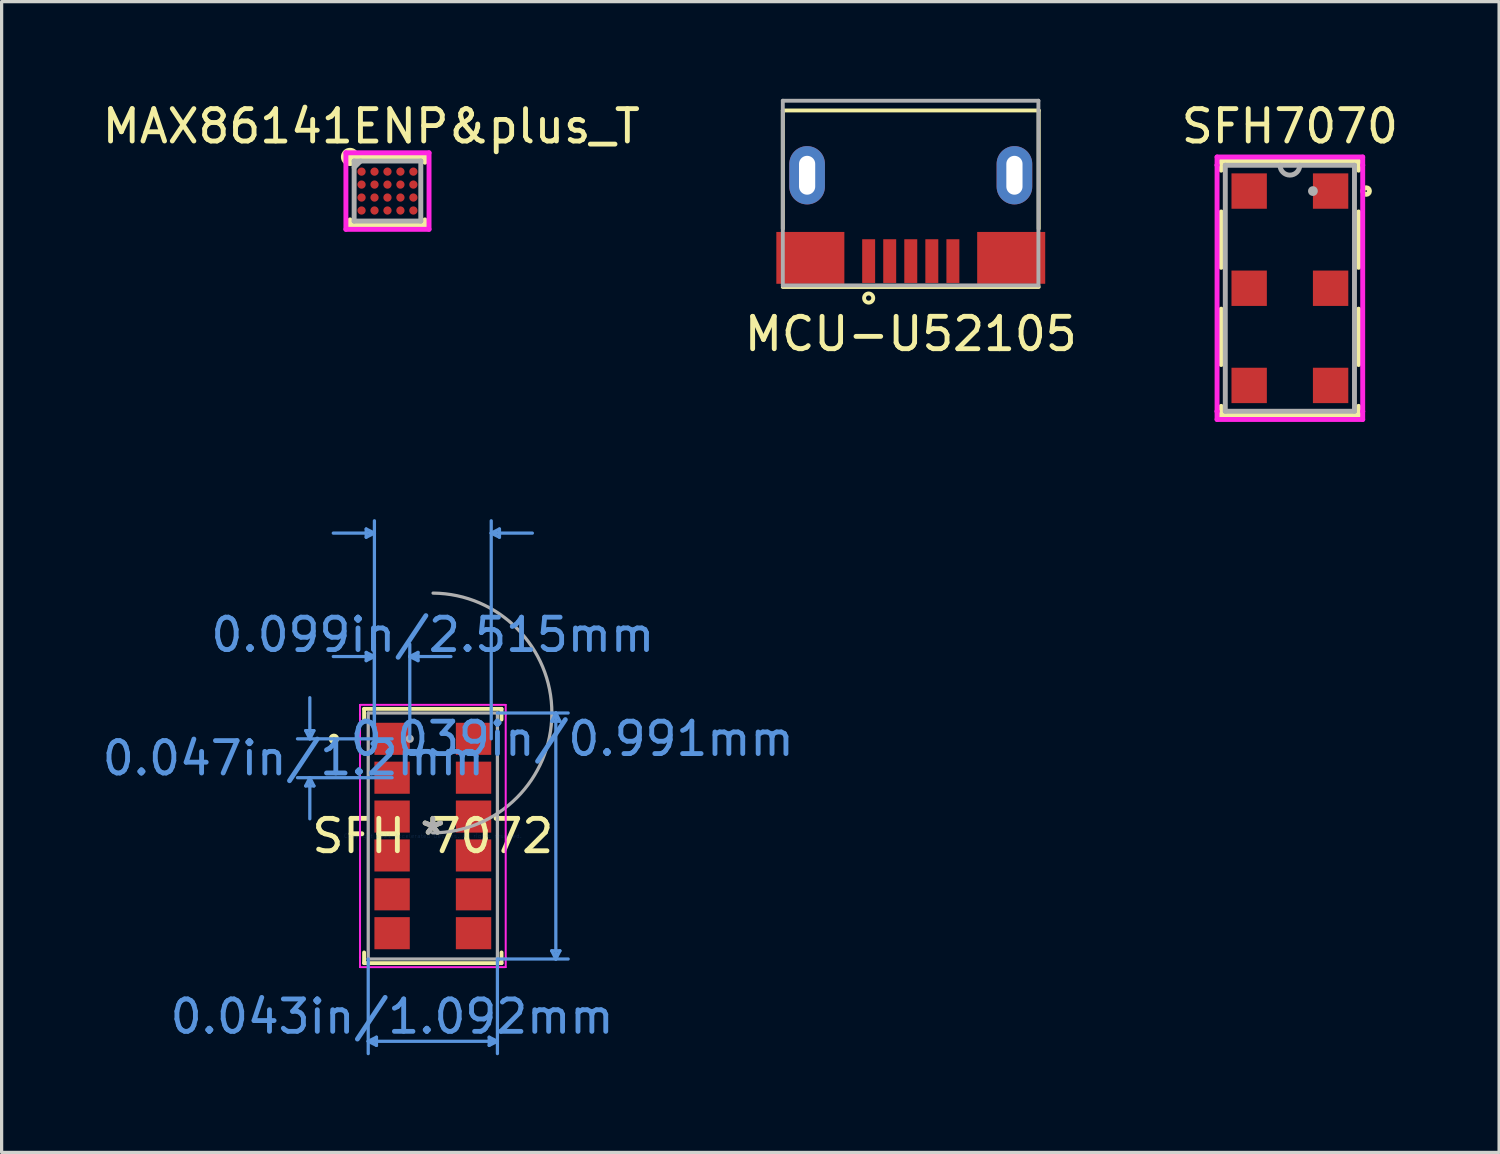
<source format=kicad_pcb>
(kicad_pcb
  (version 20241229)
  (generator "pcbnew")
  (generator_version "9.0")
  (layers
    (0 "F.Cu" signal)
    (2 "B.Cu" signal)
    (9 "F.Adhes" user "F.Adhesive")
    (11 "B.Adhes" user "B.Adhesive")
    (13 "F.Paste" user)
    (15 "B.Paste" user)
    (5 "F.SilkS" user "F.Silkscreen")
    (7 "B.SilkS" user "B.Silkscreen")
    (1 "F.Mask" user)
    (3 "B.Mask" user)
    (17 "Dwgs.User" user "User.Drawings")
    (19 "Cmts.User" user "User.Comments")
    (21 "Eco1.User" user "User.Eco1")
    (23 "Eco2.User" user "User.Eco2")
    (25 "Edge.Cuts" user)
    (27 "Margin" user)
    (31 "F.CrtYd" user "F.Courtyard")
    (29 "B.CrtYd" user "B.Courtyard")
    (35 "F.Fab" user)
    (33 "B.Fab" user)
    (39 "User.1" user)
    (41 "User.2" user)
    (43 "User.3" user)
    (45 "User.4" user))
  (footprint "MAX86141ENP&plus_T"
    (layer "F.Cu")
    (at 8.911 2.848)
    (property "Reference" "MAX86141ENP&plus_T" (at -0.5 -2 0) (layer "F.SilkS") (effects (font (size 1 1) (thickness 0.15))))
    (attr through_hole)
    (fp_line (start -1.156 -1.054) (end -1.156 -0.891) (stroke (width 0.152) (type solid)) (layer "F.SilkS"))
    (fp_line (start -1.156 0.891) (end -1.156 1.054) (stroke (width 0.152) (type solid)) (layer "F.SilkS"))
    (fp_line (start -1.156 1.054) (end 1.156 1.054) (stroke (width 0.152) (type solid)) (layer "F.SilkS"))
    (fp_line (start 1.156 -1.054) (end -1.156 -1.054) (stroke (width 0.152) (type solid)) (layer "F.SilkS"))
    (fp_line (start 1.156 -0.891) (end 1.156 -1.054) (stroke (width 0.152) (type solid)) (layer "F.SilkS"))
    (fp_line (start 1.156 1.054) (end 1.156 0.891) (stroke (width 0.152) (type solid)) (layer "F.SilkS"))
    (fp_circle (center -1.156 -1.054) (end -0.95 -1.05) (stroke (width 0.15) (type solid)) (fill no) (layer "F.SilkS"))
    (fp_line (start -1.283 -1.181) (end 1.283 -1.181) (stroke (width 0.152) (type solid)) (layer "F.CrtYd"))
    (fp_line (start -1.283 1.181) (end -1.283 -1.181) (stroke (width 0.152) (type solid)) (layer "F.CrtYd"))
    (fp_line (start 1.283 -1.181) (end 1.283 1.181) (stroke (width 0.152) (type solid)) (layer "F.CrtYd"))
    (fp_line (start 1.283 1.181) (end -1.283 1.181) (stroke (width 0.152) (type solid)) (layer "F.CrtYd"))
    (fp_line (start -1.029 -0.927) (end -1.029 0.927) (stroke (width 0.152) (type solid)) (layer "F.Fab"))
    (fp_line (start -1.029 0.927) (end 1.029 0.927) (stroke (width 0.152) (type solid)) (layer "F.Fab"))
    (fp_line (start -0.829 -0.927) (end -1.029 -0.727) (stroke (width 0.152) (type solid)) (layer "F.Fab"))
    (fp_line (start 1.029 -0.927) (end -1.029 -0.927) (stroke (width 0.152) (type solid)) (layer "F.Fab"))
    (fp_line (start 1.029 0.927) (end 1.029 -0.927) (stroke (width 0.152) (type solid)) (layer "F.Fab"))
    (pad "A1" smd circle (at -0.8 -0.6) (size 0.254 0.254) (layers "F.Cu" "F.Mask" "F.Paste"))
    (pad "A2" smd circle (at -0.4 -0.6) (size 0.254 0.254) (layers "F.Cu" "F.Mask" "F.Paste"))
    (pad "A3" smd circle (at 0 -0.6) (size 0.254 0.254) (layers "F.Cu" "F.Mask" "F.Paste"))
    (pad "A4" smd circle (at 0.4 -0.6) (size 0.254 0.254) (layers "F.Cu" "F.Mask" "F.Paste"))
    (pad "A5" smd circle (at 0.8 -0.6) (size 0.254 0.254) (layers "F.Cu" "F.Mask" "F.Paste"))
    (pad "B1" smd circle (at -0.8 -0.2) (size 0.254 0.254) (layers "F.Cu" "F.Mask" "F.Paste"))
    (pad "B2" smd circle (at -0.4 -0.2) (size 0.254 0.254) (layers "F.Cu" "F.Mask" "F.Paste"))
    (pad "B3" smd circle (at 0 -0.2) (size 0.254 0.254) (layers "F.Cu" "F.Mask" "F.Paste"))
    (pad "B4" smd circle (at 0.4 -0.2) (size 0.254 0.254) (layers "F.Cu" "F.Mask" "F.Paste"))
    (pad "B5" smd circle (at 0.8 -0.2) (size 0.254 0.254) (layers "F.Cu" "F.Mask" "F.Paste"))
    (pad "C1" smd circle (at -0.8 0.2) (size 0.254 0.254) (layers "F.Cu" "F.Mask" "F.Paste"))
    (pad "C2" smd circle (at -0.4 0.2) (size 0.254 0.254) (layers "F.Cu" "F.Mask" "F.Paste"))
    (pad "C3" smd circle (at 0 0.2) (size 0.254 0.254) (layers "F.Cu" "F.Mask" "F.Paste"))
    (pad "C4" smd circle (at 0.4 0.2) (size 0.254 0.254) (layers "F.Cu" "F.Mask" "F.Paste"))
    (pad "C5" smd circle (at 0.8 0.2) (size 0.254 0.254) (layers "F.Cu" "F.Mask" "F.Paste"))
    (pad "D1" smd circle (at -0.8 0.6) (size 0.254 0.254) (layers "F.Cu" "F.Mask" "F.Paste"))
    (pad "D2" smd circle (at -0.4 0.6) (size 0.254 0.254) (layers "F.Cu" "F.Mask" "F.Paste"))
    (pad "D3" smd circle (at 0 0.6) (size 0.254 0.254) (layers "F.Cu" "F.Mask" "F.Paste"))
    (pad "D4" smd circle (at 0.4 0.6) (size 0.254 0.254) (layers "F.Cu" "F.Mask" "F.Paste"))
    (pad "D5" smd circle (at 0.8 0.6) (size 0.254 0.254) (layers "F.Cu" "F.Mask" "F.Paste")))
  (footprint "MCU-U52105"
    (layer "F.Cu")
    (at 25.065 2.36)
    (property "Reference" "MCU-U52105" (at 0 4.9 0) (layer "F.SilkS") (effects (font (size 1 1) (thickness 0.15))))
    (attr through_hole)
    (fp_line (start -3.95 -2) (end -3.95 1.65) (stroke (width 0.12) (type solid)) (layer "F.SilkS"))
    (fp_line (start -3.95 -2) (end 3.95 -2) (stroke (width 0.12) (type solid)) (layer "F.SilkS"))
    (fp_line (start -3.95 3.45) (end 3.95 3.45) (stroke (width 0.12) (type solid)) (layer "F.SilkS"))
    (fp_line (start 3.95 -2) (end 3.95 1.65) (stroke (width 0.12) (type solid)) (layer "F.SilkS"))
    (fp_circle (center -1.3 3.791) (end -1.4 3.891) (stroke (width 0.12) (type solid)) (fill no) (layer "F.SilkS"))
    (fp_line (start -3.95 -2.3) (end -3.95 3.4) (stroke (width 0.12) (type solid)) (layer "F.Fab"))
    (fp_line (start -3.95 3.4) (end 3.94 3.4) (stroke (width 0.12) (type solid)) (layer "F.Fab"))
    (fp_line (start 3.94 -2.3) (end -3.95 -2.3) (stroke (width 0.12) (type solid)) (layer "F.Fab"))
    (fp_line (start 3.94 3.4) (end 3.94 -2.3) (stroke (width 0.12) (type solid)) (layer "F.Fab"))
    (pad "1" smd rect (at -1.3 2.65) (size 0.4 1.35) (layers "F.Cu" "F.Mask" "F.Paste"))
    (pad "2" smd rect (at -0.65 2.65) (size 0.4 1.35) (layers "F.Cu" "F.Mask" "F.Paste"))
    (pad "3" smd rect (at 0 2.65) (size 0.4 1.35) (layers "F.Cu" "F.Mask" "F.Paste"))
    (pad "4" smd rect (at 0.65 2.65) (size 0.4 1.35) (layers "F.Cu" "F.Mask" "F.Paste"))
    (pad "5" smd rect (at 1.3 2.65) (size 0.4 1.35) (layers "F.Cu" "F.Mask" "F.Paste"))
    (pad "PD" thru_hole oval (at -3.2 0) (size 1.1 1.8) (drill oval 0.5 1.2) (layers "*.Cu" "*.Mask"))
    (pad "PD" smd rect (at -3.1 2.55) (size 2.1 1.6) (layers "F.Cu" "F.Mask" "F.Paste"))
    (pad "PD" smd rect (at 3.1 2.55) (size 2.1 1.6) (layers "F.Cu" "F.Mask" "F.Paste"))
    (pad "PD" thru_hole oval (at 3.2 0) (size 1.1 1.8) (drill oval 0.5 1.2) (layers "*.Cu" "*.Mask")))
  (footprint "SFH7070"
    (layer "F.Cu")
    (at 36.768 5.848)
    (property "Reference" "SFH7070" (at 0 -5 0) (layer "F.SilkS") (effects (font (size 1 1) (thickness 0.15))))
    (attr through_hole)
    (fp_line (start -2.121 -3.924) (end -2.121 -3.646) (stroke (width 0.152) (type solid)) (layer "F.SilkS"))
    (fp_line (start -2.121 -2.354) (end -2.121 -0.646) (stroke (width 0.152) (type solid)) (layer "F.SilkS"))
    (fp_line (start -2.121 0.646) (end -2.121 2.354) (stroke (width 0.152) (type solid)) (layer "F.SilkS"))
    (fp_line (start -2.121 3.646) (end -2.121 3.924) (stroke (width 0.152) (type solid)) (layer "F.SilkS"))
    (fp_line (start -2.121 3.924) (end 2.121 3.924) (stroke (width 0.152) (type solid)) (layer "F.SilkS"))
    (fp_line (start 2.121 -3.924) (end -2.121 -3.924) (stroke (width 0.152) (type solid)) (layer "F.SilkS"))
    (fp_line (start 2.121 -3.646) (end 2.121 -3.924) (stroke (width 0.152) (type solid)) (layer "F.SilkS"))
    (fp_line (start 2.121 -0.646) (end 2.121 -2.354) (stroke (width 0.152) (type solid)) (layer "F.SilkS"))
    (fp_line (start 2.121 2.354) (end 2.121 0.646) (stroke (width 0.152) (type solid)) (layer "F.SilkS"))
    (fp_line (start 2.121 3.924) (end 2.121 3.646) (stroke (width 0.152) (type solid)) (layer "F.SilkS"))
    (fp_circle (center 2.354 -3) (end 2.456 -3) (stroke (width 0.152) (type solid)) (fill no) (layer "F.SilkS"))
    (fp_line (start -2.248 -4.051) (end 2.248 -4.051) (stroke (width 0.152) (type solid)) (layer "F.CrtYd"))
    (fp_line (start -2.248 -3.8) (end -2.248 -4.051) (stroke (width 0.152) (type solid)) (layer "F.CrtYd"))
    (fp_line (start -2.248 -3.8) (end -2.248 -3.8) (stroke (width 0.152) (type solid)) (layer "F.CrtYd"))
    (fp_line (start -2.248 3.8) (end -2.248 -3.8) (stroke (width 0.152) (type solid)) (layer "F.CrtYd"))
    (fp_line (start -2.248 3.8) (end -2.248 3.8) (stroke (width 0.152) (type solid)) (layer "F.CrtYd"))
    (fp_line (start -2.248 4.051) (end -2.248 3.8) (stroke (width 0.152) (type solid)) (layer "F.CrtYd"))
    (fp_line (start 2.248 -4.051) (end 2.248 -3.8) (stroke (width 0.152) (type solid)) (layer "F.CrtYd"))
    (fp_line (start 2.248 -3.8) (end 2.248 -3.8) (stroke (width 0.152) (type solid)) (layer "F.CrtYd"))
    (fp_line (start 2.248 -3.8) (end 2.248 3.8) (stroke (width 0.152) (type solid)) (layer "F.CrtYd"))
    (fp_line (start 2.248 3.8) (end 2.248 3.8) (stroke (width 0.152) (type solid)) (layer "F.CrtYd"))
    (fp_line (start 2.248 3.8) (end 2.248 4.051) (stroke (width 0.152) (type solid)) (layer "F.CrtYd"))
    (fp_line (start 2.248 4.051) (end -2.248 4.051) (stroke (width 0.152) (type solid)) (layer "F.CrtYd"))
    (fp_line (start -1.994 -3.797) (end -1.994 3.797) (stroke (width 0.152) (type solid)) (layer "F.Fab"))
    (fp_line (start -1.994 3.797) (end 1.994 3.797) (stroke (width 0.152) (type solid)) (layer "F.Fab"))
    (fp_line (start 1.994 -3.797) (end -1.994 -3.797) (stroke (width 0.152) (type solid)) (layer "F.Fab"))
    (fp_line (start 1.994 3.797) (end 1.994 -3.797) (stroke (width 0.152) (type solid)) (layer "F.Fab"))
    (fp_arc (start 0.3048 -3.7973) (mid 0 -3.4925) (end -0.3048 -3.7973) (stroke (width 0.1524) (type solid)) (layer "F.Fab"))
    (fp_circle (center 0.711 -3) (end 0.787 -3) (stroke (width 0.152) (type solid)) (fill no) (layer "F.Fab"))
    (pad "1" smd rect (at 1.257 -3) (size 1.092 1.092) (layers "F.Cu" "F.Mask" "F.Paste"))
    (pad "2" smd rect (at 1.257 0) (size 1.092 1.092) (layers "F.Cu" "F.Mask" "F.Paste"))
    (pad "3" smd rect (at 1.257 3) (size 1.092 1.092) (layers "F.Cu" "F.Mask" "F.Paste"))
    (pad "4" smd rect (at -1.257 3) (size 1.092 1.092) (layers "F.Cu" "F.Mask" "F.Paste"))
    (pad "5" smd rect (at -1.257 0) (size 1.092 1.092) (layers "F.Cu" "F.Mask" "F.Paste"))
    (pad "6" smd rect (at -1.257 -3) (size 1.092 1.092) (layers "F.Cu" "F.Mask" "F.Paste")))
  (footprint "SFH 7072"
    (layer "F.Cu")
    (at 10.311 22.757)
    (property "Reference" "SFH 7072" (at 0 0 0) (layer "F.SilkS") (effects (font (size 1 1) (thickness 0.15))))
    (attr through_hole)
    (fp_line (start -2.121 -3.924) (end -2.121 -3.595) (stroke (width 0.12) (type solid)) (layer "F.SilkS"))
    (fp_line (start -2.121 3.595) (end -2.121 3.924) (stroke (width 0.12) (type solid)) (layer "F.SilkS"))
    (fp_line (start -2.121 3.924) (end 2.121 3.924) (stroke (width 0.12) (type solid)) (layer "F.SilkS"))
    (fp_line (start 2.121 -3.924) (end -2.121 -3.924) (stroke (width 0.12) (type solid)) (layer "F.SilkS"))
    (fp_line (start 2.121 -3.595) (end 2.121 -3.924) (stroke (width 0.12) (type solid)) (layer "F.SilkS"))
    (fp_line (start 2.121 3.924) (end 2.121 3.595) (stroke (width 0.12) (type solid)) (layer "F.SilkS"))
    (fp_circle (center -3.054 -3) (end -2.953 -3) (stroke (width 0.12) (type solid)) (fill no) (layer "F.SilkS"))
    (fp_line (start -3.924 -3.254) (end -3.67 -3.254) (stroke (width 0.1) (type solid)) (layer "Cmts.User"))
    (fp_line (start -3.924 -1.546) (end -3.67 -1.546) (stroke (width 0.1) (type solid)) (layer "Cmts.User"))
    (fp_line (start -3.797 -3) (end -3.924 -3.254) (stroke (width 0.1) (type solid)) (layer "Cmts.User"))
    (fp_line (start -3.797 -3) (end -3.797 -4.27) (stroke (width 0.1) (type solid)) (layer "Cmts.User"))
    (fp_line (start -3.797 -3) (end -3.67 -3.254) (stroke (width 0.1) (type solid)) (layer "Cmts.User"))
    (fp_line (start -3.797 -1.8) (end -3.924 -1.546) (stroke (width 0.1) (type solid)) (layer "Cmts.User"))
    (fp_line (start -3.797 -1.8) (end -3.797 -0.53) (stroke (width 0.1) (type solid)) (layer "Cmts.User"))
    (fp_line (start -3.797 -1.8) (end -3.67 -1.546) (stroke (width 0.1) (type solid)) (layer "Cmts.User"))
    (fp_line (start -2.057 -9.477) (end -2.057 -9.223) (stroke (width 0.1) (type solid)) (layer "Cmts.User"))
    (fp_line (start -2.057 -5.667) (end -2.057 -5.413) (stroke (width 0.1) (type solid)) (layer "Cmts.User"))
    (fp_line (start -1.994 3.797) (end -1.994 6.718) (stroke (width 0.1) (type solid)) (layer "Cmts.User"))
    (fp_line (start -1.994 6.337) (end -1.74 6.21) (stroke (width 0.1) (type solid)) (layer "Cmts.User"))
    (fp_line (start -1.994 6.337) (end -1.74 6.464) (stroke (width 0.1) (type solid)) (layer "Cmts.User"))
    (fp_line (start -1.994 6.337) (end 1.994 6.337) (stroke (width 0.1) (type solid)) (layer "Cmts.User"))
    (fp_line (start -1.803 -9.35) (end -3.073 -9.35) (stroke (width 0.1) (type solid)) (layer "Cmts.User"))
    (fp_line (start -1.803 -9.35) (end -2.057 -9.477) (stroke (width 0.1) (type solid)) (layer "Cmts.User"))
    (fp_line (start -1.803 -9.35) (end -2.057 -9.223) (stroke (width 0.1) (type solid)) (layer "Cmts.User"))
    (fp_line (start -1.803 -5.54) (end -3.073 -5.54) (stroke (width 0.1) (type solid)) (layer "Cmts.User"))
    (fp_line (start -1.803 -5.54) (end -2.057 -5.667) (stroke (width 0.1) (type solid)) (layer "Cmts.User"))
    (fp_line (start -1.803 -5.54) (end -2.057 -5.413) (stroke (width 0.1) (type solid)) (layer "Cmts.User"))
    (fp_line (start -1.803 -3) (end -1.803 -9.731) (stroke (width 0.1) (type solid)) (layer "Cmts.User"))
    (fp_line (start -1.803 -3) (end -1.803 -5.921) (stroke (width 0.1) (type solid)) (layer "Cmts.User"))
    (fp_line (start -1.74 6.21) (end -1.74 6.464) (stroke (width 0.1) (type solid)) (layer "Cmts.User"))
    (fp_line (start -1.257 -3) (end -4.178 -3) (stroke (width 0.1) (type solid)) (layer "Cmts.User"))
    (fp_line (start -1.257 -1.8) (end -4.178 -1.8) (stroke (width 0.1) (type solid)) (layer "Cmts.User"))
    (fp_line (start -0.711 -5.54) (end -0.457 -5.667) (stroke (width 0.1) (type solid)) (layer "Cmts.User"))
    (fp_line (start -0.711 -5.54) (end -0.457 -5.413) (stroke (width 0.1) (type solid)) (layer "Cmts.User"))
    (fp_line (start -0.711 -5.54) (end 0.559 -5.54) (stroke (width 0.1) (type solid)) (layer "Cmts.User"))
    (fp_line (start -0.711 -3) (end -0.711 -5.921) (stroke (width 0.1) (type solid)) (layer "Cmts.User"))
    (fp_line (start -0.457 -5.667) (end -0.457 -5.413) (stroke (width 0.1) (type solid)) (layer "Cmts.User"))
    (fp_line (start 1.74 6.21) (end 1.74 6.464) (stroke (width 0.1) (type solid)) (layer "Cmts.User"))
    (fp_line (start 1.803 -9.35) (end 2.057 -9.477) (stroke (width 0.1) (type solid)) (layer "Cmts.User"))
    (fp_line (start 1.803 -9.35) (end 2.057 -9.223) (stroke (width 0.1) (type solid)) (layer "Cmts.User"))
    (fp_line (start 1.803 -9.35) (end 3.073 -9.35) (stroke (width 0.1) (type solid)) (layer "Cmts.User"))
    (fp_line (start 1.803 -3) (end 1.803 -9.731) (stroke (width 0.1) (type solid)) (layer "Cmts.User"))
    (fp_line (start 1.994 -3.797) (end 4.178 -3.797) (stroke (width 0.1) (type solid)) (layer "Cmts.User"))
    (fp_line (start 1.994 3.797) (end 1.994 6.718) (stroke (width 0.1) (type solid)) (layer "Cmts.User"))
    (fp_line (start 1.994 3.797) (end 4.178 3.797) (stroke (width 0.1) (type solid)) (layer "Cmts.User"))
    (fp_line (start 1.994 6.337) (end 1.74 6.21) (stroke (width 0.1) (type solid)) (layer "Cmts.User"))
    (fp_line (start 1.994 6.337) (end 1.74 6.464) (stroke (width 0.1) (type solid)) (layer "Cmts.User"))
    (fp_line (start 2.057 -9.477) (end 2.057 -9.223) (stroke (width 0.1) (type solid)) (layer "Cmts.User"))
    (fp_line (start 3.67 -3.543) (end 3.924 -3.543) (stroke (width 0.1) (type solid)) (layer "Cmts.User"))
    (fp_line (start 3.67 3.543) (end 3.924 3.543) (stroke (width 0.1) (type solid)) (layer "Cmts.User"))
    (fp_line (start 3.797 -3.797) (end 3.67 -3.543) (stroke (width 0.1) (type solid)) (layer "Cmts.User"))
    (fp_line (start 3.797 -3.797) (end 3.797 3.797) (stroke (width 0.1) (type solid)) (layer "Cmts.User"))
    (fp_line (start 3.797 -3.797) (end 3.924 -3.543) (stroke (width 0.1) (type solid)) (layer "Cmts.User"))
    (fp_line (start 3.797 3.797) (end 3.67 3.543) (stroke (width 0.1) (type solid)) (layer "Cmts.User"))
    (fp_line (start 3.797 3.797) (end 3.924 3.543) (stroke (width 0.1) (type solid)) (layer "Cmts.User"))
    (fp_line (start -2.248 -4.051) (end 2.248 -4.051) (stroke (width 0.05) (type solid)) (layer "F.CrtYd"))
    (fp_line (start -2.248 -4.051) (end 2.248 -4.051) (stroke (width 0.05) (type solid)) (layer "F.CrtYd"))
    (fp_line (start -2.248 -3.749) (end -2.248 -4.051) (stroke (width 0.05) (type solid)) (layer "F.CrtYd"))
    (fp_line (start -2.248 -3.749) (end -2.248 -4.051) (stroke (width 0.05) (type solid)) (layer "F.CrtYd"))
    (fp_line (start -2.248 -3.749) (end -2.248 -3.749) (stroke (width 0.05) (type solid)) (layer "F.CrtYd"))
    (fp_line (start -2.248 -3.749) (end -2.248 -3.749) (stroke (width 0.05) (type solid)) (layer "F.CrtYd"))
    (fp_line (start -2.248 3.749) (end -2.248 -3.749) (stroke (width 0.05) (type solid)) (layer "F.CrtYd"))
    (fp_line (start -2.248 3.749) (end -2.248 -3.749) (stroke (width 0.05) (type solid)) (layer "F.CrtYd"))
    (fp_line (start -2.248 3.749) (end -2.248 3.749) (stroke (width 0.05) (type solid)) (layer "F.CrtYd"))
    (fp_line (start -2.248 3.749) (end -2.248 3.749) (stroke (width 0.05) (type solid)) (layer "F.CrtYd"))
    (fp_line (start -2.248 4.051) (end -2.248 3.749) (stroke (width 0.05) (type solid)) (layer "F.CrtYd"))
    (fp_line (start -2.248 4.051) (end -2.248 3.749) (stroke (width 0.05) (type solid)) (layer "F.CrtYd"))
    (fp_line (start 2.248 -4.051) (end 2.248 -3.749) (stroke (width 0.05) (type solid)) (layer "F.CrtYd"))
    (fp_line (start 2.248 -4.051) (end 2.248 -3.749) (stroke (width 0.05) (type solid)) (layer "F.CrtYd"))
    (fp_line (start 2.248 -3.749) (end 2.248 -3.749) (stroke (width 0.05) (type solid)) (layer "F.CrtYd"))
    (fp_line (start 2.248 -3.749) (end 2.248 -3.749) (stroke (width 0.05) (type solid)) (layer "F.CrtYd"))
    (fp_line (start 2.248 -3.749) (end 2.248 3.749) (stroke (width 0.05) (type solid)) (layer "F.CrtYd"))
    (fp_line (start 2.248 -3.749) (end 2.248 3.749) (stroke (width 0.05) (type solid)) (layer "F.CrtYd"))
    (fp_line (start 2.248 3.749) (end 2.248 3.749) (stroke (width 0.05) (type solid)) (layer "F.CrtYd"))
    (fp_line (start 2.248 3.749) (end 2.248 3.749) (stroke (width 0.05) (type solid)) (layer "F.CrtYd"))
    (fp_line (start 2.248 3.749) (end 2.248 4.051) (stroke (width 0.05) (type solid)) (layer "F.CrtYd"))
    (fp_line (start 2.248 3.749) (end 2.248 4.051) (stroke (width 0.05) (type solid)) (layer "F.CrtYd"))
    (fp_line (start 2.248 4.051) (end -2.248 4.051) (stroke (width 0.05) (type solid)) (layer "F.CrtYd"))
    (fp_line (start 2.248 4.051) (end -2.248 4.051) (stroke (width 0.05) (type solid)) (layer "F.CrtYd"))
    (fp_line (start -1.994 -3.797) (end -1.994 3.797) (stroke (width 0.1) (type solid)) (layer "F.Fab"))
    (fp_line (start -1.994 3.797) (end 1.994 3.797) (stroke (width 0.1) (type solid)) (layer "F.Fab"))
    (fp_line (start 1.994 -3.797) (end -1.994 -3.797) (stroke (width 0.1) (type solid)) (layer "F.Fab"))
    (fp_line (start 1.994 3.797) (end 1.994 -3.797) (stroke (width 0.1) (type solid)) (layer "F.Fab"))
    (fp_arc (start 0.007742 -7.498149) (mid 3.700849 -3.789558) (end -0.007742 -0.096451) (stroke (width 0.1) (type solid)) (layer "F.Fab"))
    (fp_circle (center -0.711 -3) (end -0.635 -3) (stroke (width 0.1) (type solid)) (fill no) (layer "F.Fab"))
    (fp_text user "*" (at 0 0 0) (layer "F.SilkS") (effects (font (size 1 1) (thickness 0.15))))
    (fp_text user "0.043in/1.092mm" (at -1.257 5.575 0) (layer "Cmts.User") (effects (font (size 1 1) (thickness 0.15))))
    (fp_text user "0.039in/0.991mm" (at 4.305 -3 0) (layer "Cmts.User") (effects (font (size 1 1) (thickness 0.15))))
    (fp_text user "Copyright 2021 Accelerated Designs. All rights reserved." (at 0 0 0) (layer "Cmts.User") (effects (font (size 0.127 0.127) (thickness 0.002))))
    (fp_text user "0.047in/1.2mm" (at -4.305 -2.4 0) (layer "Cmts.User") (effects (font (size 1 1) (thickness 0.15))))
    (fp_text user "0.099in/2.515mm" (at 0 -6.21 0) (layer "Cmts.User") (effects (font (size 1 1) (thickness 0.15))))
    (fp_text user "*" (at 0 0 0) (layer "F.Fab") (effects (font (size 1 1) (thickness 0.15))))
    (pad "1" smd rect (at -1.257 -3) (size 1.092 0.991) (layers "F.Cu" "F.Mask" "F.Paste"))
    (pad "2" smd rect (at -1.257 -1.8) (size 1.092 0.991) (layers "F.Cu" "F.Mask" "F.Paste"))
    (pad "3" smd rect (at -1.257 -0.6) (size 1.092 0.991) (layers "F.Cu" "F.Mask" "F.Paste"))
    (pad "4" smd rect (at -1.257 0.6) (size 1.092 0.991) (layers "F.Cu" "F.Mask" "F.Paste"))
    (pad "5" smd rect (at -1.257 1.8) (size 1.092 0.991) (layers "F.Cu" "F.Mask" "F.Paste"))
    (pad "6" smd rect (at -1.257 3) (size 1.092 0.991) (layers "F.Cu" "F.Mask" "F.Paste"))
    (pad "7" smd rect (at 1.257 3) (size 1.092 0.991) (layers "F.Cu" "F.Mask" "F.Paste"))
    (pad "8" smd rect (at 1.257 1.8) (size 1.092 0.991) (layers "F.Cu" "F.Mask" "F.Paste"))
    (pad "9" smd rect (at 1.257 0.6) (size 1.092 0.991) (layers "F.Cu" "F.Mask" "F.Paste"))
    (pad "10" smd rect (at 1.257 -0.6) (size 1.092 0.991) (layers "F.Cu" "F.Mask" "F.Paste"))
    (pad "11" smd rect (at 1.257 -1.8) (size 1.092 0.991) (layers "F.Cu" "F.Mask" "F.Paste"))
    (pad "12" smd rect (at 1.257 -3) (size 1.092 0.991) (layers "F.Cu" "F.Mask" "F.Paste")))
  (gr_rect
    (start -3 -3)
    (end 43.226 32.525)
    (stroke (width 0.1) (type default))
    (fill no)
    (layer "Edge.Cuts")))
</source>
